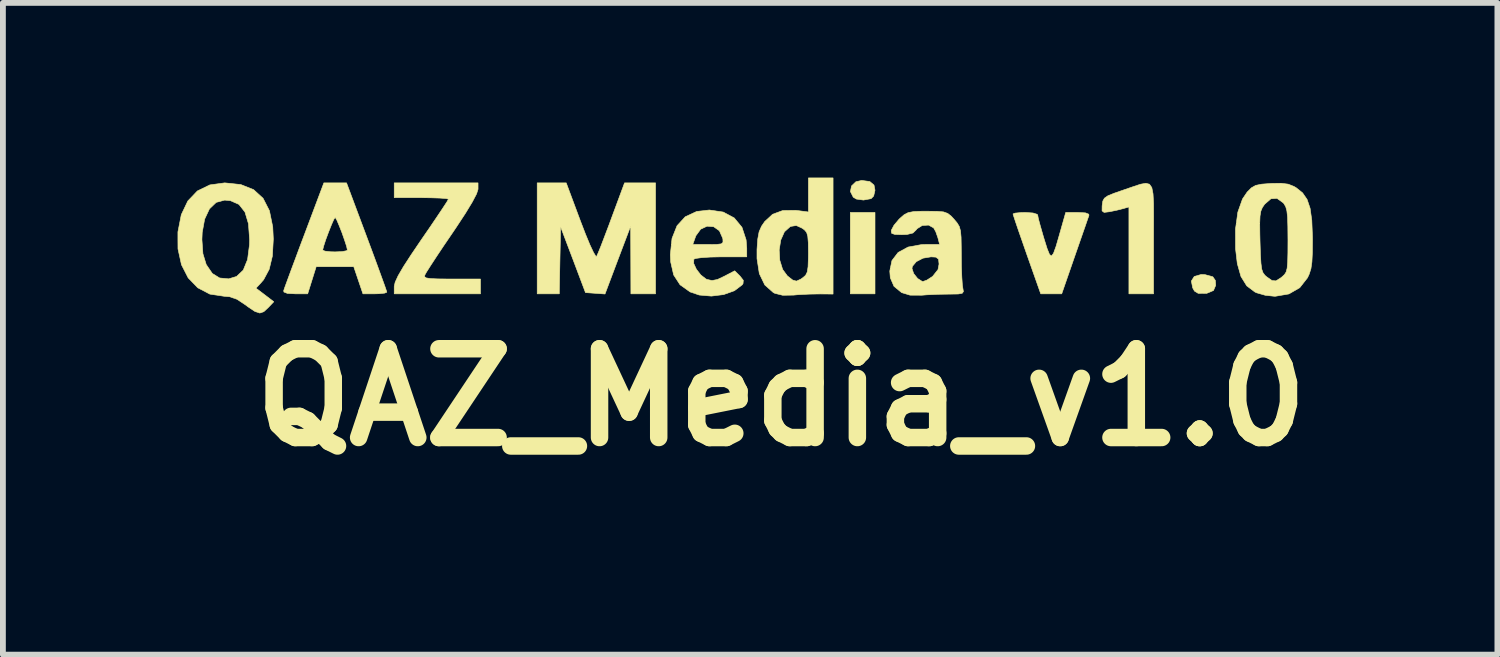
<source format=kicad_pcb>
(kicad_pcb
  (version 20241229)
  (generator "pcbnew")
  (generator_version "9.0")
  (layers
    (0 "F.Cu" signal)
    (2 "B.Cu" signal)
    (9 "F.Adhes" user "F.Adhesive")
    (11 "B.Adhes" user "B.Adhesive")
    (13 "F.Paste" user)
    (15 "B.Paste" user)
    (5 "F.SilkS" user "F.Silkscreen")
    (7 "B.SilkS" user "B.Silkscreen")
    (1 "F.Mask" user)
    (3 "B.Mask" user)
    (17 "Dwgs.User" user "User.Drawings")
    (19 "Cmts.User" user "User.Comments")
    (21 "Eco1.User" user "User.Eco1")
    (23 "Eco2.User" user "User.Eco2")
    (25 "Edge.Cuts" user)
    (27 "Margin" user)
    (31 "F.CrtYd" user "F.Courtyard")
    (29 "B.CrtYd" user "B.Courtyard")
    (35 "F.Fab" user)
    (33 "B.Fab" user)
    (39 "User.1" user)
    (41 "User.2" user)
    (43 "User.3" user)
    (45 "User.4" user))
  (footprint "QAZ_Media_v1.0"
    (layer "F.Cu")
    (at 10.111 1.487)
    (property "Reference" "QAZ_Media_v1.0" (at 0.254 2.286 0) (layer "F.SilkS") (effects (font (size 1.524 1.524) (thickness 0.3))))
    (attr through_hole)
    (fp_poly (pts (xy 1.863 0.508) (xy 1.439 0.508) (xy 1.439 -0.889) (xy 1.863 -0.889) (xy 1.863 0.508)) (stroke (width 0.01) (type solid)) (fill yes) (layer "F.SilkS"))
    (fp_poly (pts (xy 1.774 -1.42) (xy 1.846 -1.359) (xy 1.863 -1.27) (xy 1.84 -1.171) (xy 1.796 -1.126) (xy 1.665 -1.102) (xy 1.543 -1.119) (xy 1.49 -1.151) (xy 1.441 -1.248) (xy 1.46 -1.344) (xy 1.535 -1.416) (xy 1.635 -1.439) (xy 1.774 -1.42)) (stroke (width 0.01) (type solid)) (fill yes) (layer "F.SilkS"))
    (fp_poly (pts (xy 7.527 0.178) (xy 7.664 0.216) (xy 7.707 0.278) (xy 7.713 0.362) (xy 7.675 0.451) (xy 7.561 0.499) (xy 7.521 0.5) (xy 7.411 0.499) (xy 7.349 0.461) (xy 7.318 0.406) (xy 7.295 0.289) (xy 7.345 0.21) (xy 7.46 0.177) (xy 7.527 0.178)) (stroke (width 0.01) (type solid)) (fill yes) (layer "F.SilkS"))
    (fp_poly (pts (xy 6.576 -1.374) (xy 6.616 -1.316) (xy 6.637 -1.209) (xy 6.646 -1.044) (xy 6.647 -0.813) (xy 6.646 -0.507) (xy 6.646 -0.445) (xy 6.646 0.508) (xy 6.223 0.508) (xy 6.223 -0.984) (xy 6.128 -0.956) (xy 6.017 -0.928) (xy 5.892 -0.902) (xy 5.797 -0.89) (xy 5.762 -0.916) (xy 5.763 -1) (xy 5.765 -1.017) (xy 5.775 -1.085) (xy 5.802 -1.134) (xy 5.861 -1.175) (xy 5.969 -1.219) (xy 6.136 -1.277) (xy 6.299 -1.333) (xy 6.423 -1.374) (xy 6.514 -1.39) (xy 6.576 -1.374)) (stroke (width 0.01) (type solid)) (fill yes) (layer "F.SilkS"))
    (fp_poly (pts (xy -3.194 -0.74) (xy -3.107 -0.514) (xy -3.031 -0.331) (xy -2.97 -0.202) (xy -2.93 -0.137) (xy -2.918 -0.133) (xy -2.893 -0.188) (xy -2.844 -0.308) (xy -2.779 -0.478) (xy -2.702 -0.681) (xy -2.662 -0.79) (xy -2.437 -1.397) (xy -1.905 -1.397) (xy -1.905 0.508) (xy -2.328 0.508) (xy -2.33 -0.074) (xy -2.332 -0.656) (xy -2.553 -0.073) (xy -2.773 0.511) (xy -2.94 0.499) (xy -3.108 0.487) (xy -3.321 -0.078) (xy -3.535 -0.642) (xy -3.547 -0.067) (xy -3.558 0.508) (xy -3.937 0.508) (xy -3.937 -1.397) (xy -3.439 -1.397) (xy -3.194 -0.74)) (stroke (width 0.01) (type solid)) (fill yes) (layer "F.SilkS"))
    (fp_poly (pts (xy 5.477 -0.882) (xy 5.534 -0.859) (xy 5.536 -0.836) (xy 5.516 -0.78) (xy 5.474 -0.658) (xy 5.414 -0.486) (xy 5.342 -0.279) (xy 5.293 -0.138) (xy 5.069 0.508) (xy 4.709 0.508) (xy 4.471 -0.166) (xy 4.393 -0.39) (xy 4.325 -0.585) (xy 4.273 -0.738) (xy 4.241 -0.836) (xy 4.233 -0.864) (xy 4.271 -0.878) (xy 4.369 -0.887) (xy 4.445 -0.889) (xy 4.576 -0.88) (xy 4.648 -0.857) (xy 4.657 -0.842) (xy 4.668 -0.783) (xy 4.7 -0.664) (xy 4.745 -0.507) (xy 4.767 -0.433) (xy 4.819 -0.267) (xy 4.859 -0.169) (xy 4.893 -0.141) (xy 4.928 -0.187) (xy 4.972 -0.308) (xy 5.03 -0.508) (xy 5.039 -0.54) (xy 5.138 -0.889) (xy 5.346 -0.889) (xy 5.477 -0.882)) (stroke (width 0.01) (type solid)) (fill yes) (layer "F.SilkS"))
    (fp_poly (pts (xy -4.953 -1.288) (xy -4.978 -1.209) (xy -5.052 -1.068) (xy -5.171 -0.872) (xy -5.332 -0.627) (xy -5.397 -0.531) (xy -5.54 -0.321) (xy -5.666 -0.132) (xy -5.768 0.024) (xy -5.838 0.134) (xy -5.867 0.186) (xy -5.87 0.215) (xy -5.842 0.235) (xy -5.771 0.246) (xy -5.643 0.252) (xy -5.446 0.254) (xy -5.402 0.254) (xy -4.911 0.254) (xy -4.911 0.508) (xy -6.392 0.508) (xy -6.392 0.381) (xy -6.376 0.309) (xy -6.325 0.198) (xy -6.234 0.042) (xy -6.099 -0.166) (xy -5.927 -0.42) (xy -5.783 -0.629) (xy -5.657 -0.815) (xy -5.556 -0.966) (xy -5.488 -1.07) (xy -5.461 -1.117) (xy -5.461 -1.118) (xy -5.5 -1.128) (xy -5.608 -1.136) (xy -5.765 -1.141) (xy -5.927 -1.143) (xy -6.392 -1.143) (xy -6.392 -1.397) (xy -4.953 -1.397) (xy -4.953 -1.288)) (stroke (width 0.01) (type solid)) (fill yes) (layer "F.SilkS"))
    (fp_poly (pts (xy 1.143 0.512) (xy 0.921 0.51) (xy 0.739 0.513) (xy 0.54 0.523) (xy 0.466 0.53) (xy 0.279 0.533) (xy 0.145 0.5) (xy 0.117 0.486) (xy -0.029 0.356) (xy -0.123 0.161) (xy -0.163 -0.097) (xy -0.163 -0.246) (xy 0.218 -0.246) (xy 0.228 -0.069) (xy 0.277 0.089) (xy 0.358 0.2) (xy 0.45 0.272) (xy 0.514 0.29) (xy 0.585 0.258) (xy 0.626 0.23) (xy 0.672 0.19) (xy 0.7 0.133) (xy 0.714 0.042) (xy 0.719 -0.105) (xy 0.72 -0.192) (xy 0.718 -0.368) (xy 0.709 -0.479) (xy 0.689 -0.547) (xy 0.651 -0.591) (xy 0.612 -0.619) (xy 0.512 -0.665) (xy 0.418 -0.65) (xy 0.405 -0.644) (xy 0.308 -0.557) (xy 0.245 -0.416) (xy 0.218 -0.246) (xy -0.163 -0.246) (xy -0.163 -0.253) (xy -0.15 -0.433) (xy -0.127 -0.557) (xy -0.085 -0.653) (xy -0.031 -0.732) (xy 0.105 -0.858) (xy 0.279 -0.922) (xy 0.502 -0.925) (xy 0.553 -0.919) (xy 0.72 -0.897) (xy 0.72 -1.482) (xy 1.143 -1.482) (xy 1.143 0.512)) (stroke (width 0.01) (type solid)) (fill yes) (layer "F.SilkS"))
    (fp_poly (pts (xy -6.865 -0.472) (xy -6.767 -0.209) (xy -6.68 0.027) (xy -6.608 0.225) (xy -6.554 0.374) (xy -6.524 0.462) (xy -6.519 0.48) (xy -6.557 0.496) (xy -6.654 0.506) (xy -6.724 0.508) (xy -6.929 0.508) (xy -7.008 0.275) (xy -7.087 0.042) (xy -7.732 0.042) (xy -7.805 0.275) (xy -7.878 0.508) (xy -8.091 0.508) (xy -8.226 0.501) (xy -8.286 0.477) (xy -8.29 0.454) (xy -8.272 0.4) (xy -8.228 0.28) (xy -8.163 0.103) (xy -8.081 -0.116) (xy -8.034 -0.243) (xy -7.62 -0.243) (xy -7.582 -0.225) (xy -7.485 -0.214) (xy -7.408 -0.212) (xy -7.287 -0.217) (xy -7.211 -0.232) (xy -7.196 -0.243) (xy -7.209 -0.305) (xy -7.244 -0.412) (xy -7.289 -0.541) (xy -7.338 -0.665) (xy -7.379 -0.761) (xy -7.405 -0.804) (xy -7.406 -0.804) (xy -7.43 -0.768) (xy -7.47 -0.677) (xy -7.519 -0.554) (xy -7.567 -0.425) (xy -7.603 -0.314) (xy -7.62 -0.247) (xy -7.62 -0.243) (xy -8.034 -0.243) (xy -7.988 -0.366) (xy -7.938 -0.498) (xy -7.6 -1.397) (xy -7.211 -1.397) (xy -6.865 -0.472)) (stroke (width 0.01) (type solid)) (fill yes) (layer "F.SilkS"))
    (fp_poly (pts (xy -0.743 -0.896) (xy -0.554 -0.795) (xy -0.421 -0.634) (xy -0.35 -0.418) (xy -0.339 -0.274) (xy -0.339 -0.127) (xy -0.781 -0.127) (xy -0.966 -0.123) (xy -1.118 -0.113) (xy -1.218 -0.099) (xy -1.248 -0.086) (xy -1.25 -0.013) (xy -1.204 0.086) (xy -1.128 0.184) (xy -1.041 0.252) (xy -1.025 0.26) (xy -0.936 0.28) (xy -0.842 0.262) (xy -0.728 0.208) (xy -0.546 0.113) (xy -0.456 0.202) (xy -0.398 0.276) (xy -0.403 0.333) (xy -0.418 0.354) (xy -0.551 0.455) (xy -0.736 0.521) (xy -0.946 0.547) (xy -1.154 0.529) (xy -1.311 0.476) (xy -1.484 0.353) (xy -1.594 0.184) (xy -1.645 -0.039) (xy -1.651 -0.165) (xy -1.633 -0.339) (xy -1.266 -0.339) (xy -0.999 -0.339) (xy -0.854 -0.34) (xy -0.776 -0.35) (xy -0.747 -0.376) (xy -0.748 -0.426) (xy -0.752 -0.447) (xy -0.809 -0.575) (xy -0.907 -0.644) (xy -1.021 -0.653) (xy -1.13 -0.602) (xy -1.212 -0.49) (xy -1.22 -0.469) (xy -1.266 -0.339) (xy -1.633 -0.339) (xy -1.622 -0.444) (xy -1.536 -0.661) (xy -1.395 -0.815) (xy -1.199 -0.906) (xy -0.983 -0.931) (xy -0.743 -0.896)) (stroke (width 0.01) (type solid)) (fill yes) (layer "F.SilkS"))
    (fp_poly (pts (xy -9.026 -1.368) (xy -8.807 -1.281) (xy -8.644 -1.132) (xy -8.535 -0.919) (xy -8.478 -0.641) (xy -8.468 -0.433) (xy -8.484 -0.141) (xy -8.539 0.087) (xy -8.634 0.265) (xy -8.682 0.321) (xy -8.766 0.411) (xy -8.613 0.527) (xy -8.46 0.644) (xy -8.556 0.745) (xy -8.632 0.815) (xy -8.7 0.838) (xy -8.783 0.811) (xy -8.901 0.732) (xy -8.945 0.699) (xy -9.091 0.602) (xy -9.219 0.558) (xy -9.312 0.55) (xy -9.558 0.513) (xy -9.766 0.404) (xy -9.93 0.234) (xy -10.045 0.009) (xy -10.105 -0.263) (xy -10.106 -0.423) (xy -9.694 -0.423) (xy -9.677 -0.18) (xy -9.62 0.006) (xy -9.518 0.155) (xy -9.515 0.159) (xy -9.39 0.236) (xy -9.235 0.251) (xy -9.099 0.21) (xy -8.984 0.101) (xy -8.91 -0.081) (xy -8.877 -0.335) (xy -8.875 -0.423) (xy -8.895 -0.696) (xy -8.955 -0.896) (xy -9.058 -1.027) (xy -9.205 -1.092) (xy -9.303 -1.101) (xy -9.449 -1.062) (xy -9.565 -0.95) (xy -9.647 -0.775) (xy -9.689 -0.545) (xy -9.694 -0.423) (xy -10.106 -0.423) (xy -10.106 -0.555) (xy -10.048 -0.851) (xy -9.936 -1.086) (xy -9.772 -1.258) (xy -9.558 -1.362) (xy -9.302 -1.397) (xy -9.026 -1.368)) (stroke (width 0.01) (type solid)) (fill yes) (layer "F.SilkS"))
    (fp_poly (pts (xy 8.958 -1.375) (xy 9.056 -1.336) (xy 9.094 -1.314) (xy 9.204 -1.226) (xy 9.282 -1.113) (xy 9.334 -0.96) (xy 9.363 -0.754) (xy 9.374 -0.48) (xy 9.375 -0.423) (xy 9.373 -0.199) (xy 9.365 -0.039) (xy 9.348 0.078) (xy 9.318 0.171) (xy 9.289 0.233) (xy 9.156 0.403) (xy 8.97 0.51) (xy 8.738 0.55) (xy 8.721 0.55) (xy 8.564 0.533) (xy 8.414 0.49) (xy 8.385 0.476) (xy 8.246 0.371) (xy 8.147 0.211) (xy 8.084 -0.011) (xy 8.054 -0.266) (xy 8.053 -0.606) (xy 8.067 -0.702) (xy 8.469 -0.702) (xy 8.471 -0.518) (xy 8.474 -0.389) (xy 8.481 -0.168) (xy 8.49 -0.017) (xy 8.503 0.083) (xy 8.525 0.146) (xy 8.558 0.19) (xy 8.588 0.216) (xy 8.679 0.28) (xy 8.747 0.286) (xy 8.83 0.234) (xy 8.854 0.215) (xy 8.894 0.178) (xy 8.922 0.134) (xy 8.94 0.067) (xy 8.949 -0.039) (xy 8.953 -0.198) (xy 8.954 -0.415) (xy 8.952 -0.646) (xy 8.947 -0.808) (xy 8.935 -0.917) (xy 8.915 -0.989) (xy 8.885 -1.039) (xy 8.873 -1.054) (xy 8.766 -1.131) (xy 8.661 -1.124) (xy 8.555 -1.032) (xy 8.551 -1.027) (xy 8.513 -0.972) (xy 8.488 -0.911) (xy 8.474 -0.827) (xy 8.469 -0.702) (xy 8.067 -0.702) (xy 8.093 -0.894) (xy 8.173 -1.12) (xy 8.254 -1.24) (xy 8.326 -1.312) (xy 8.4 -1.354) (xy 8.503 -1.375) (xy 8.663 -1.387) (xy 8.837 -1.39) (xy 8.958 -1.375)) (stroke (width 0.01) (type solid)) (fill yes) (layer "F.SilkS"))
    (fp_poly (pts (xy 2.928 -0.908) (xy 3.038 -0.899) (xy 3.111 -0.873) (xy 3.171 -0.826) (xy 3.221 -0.772) (xy 3.274 -0.708) (xy 3.31 -0.649) (xy 3.331 -0.574) (xy 3.341 -0.465) (xy 3.344 -0.303) (xy 3.345 -0.158) (xy 3.347 0.044) (xy 3.354 0.222) (xy 3.363 0.356) (xy 3.372 0.415) (xy 3.381 0.47) (xy 3.36 0.499) (xy 3.292 0.511) (xy 3.157 0.513) (xy 3.149 0.513) (xy 2.958 0.516) (xy 2.754 0.525) (xy 2.667 0.532) (xy 2.465 0.531) (xy 2.323 0.488) (xy 2.319 0.486) (xy 2.189 0.379) (xy 2.126 0.233) (xy 2.117 0.118) (xy 2.126 0.073) (xy 2.498 0.073) (xy 2.527 0.16) (xy 2.595 0.245) (xy 2.672 0.294) (xy 2.689 0.296) (xy 2.755 0.272) (xy 2.846 0.213) (xy 2.852 0.209) (xy 2.945 0.092) (xy 2.963 -0.003) (xy 2.954 -0.088) (xy 2.908 -0.122) (xy 2.825 -0.127) (xy 2.687 -0.104) (xy 2.572 -0.044) (xy 2.505 0.036) (xy 2.498 0.073) (xy 2.126 0.073) (xy 2.154 -0.063) (xy 2.26 -0.202) (xy 2.431 -0.295) (xy 2.661 -0.337) (xy 2.733 -0.339) (xy 2.973 -0.339) (xy 2.943 -0.455) (xy 2.906 -0.56) (xy 2.87 -0.624) (xy 2.783 -0.672) (xy 2.674 -0.665) (xy 2.584 -0.609) (xy 2.573 -0.593) (xy 2.514 -0.536) (xy 2.413 -0.511) (xy 2.322 -0.508) (xy 2.203 -0.512) (xy 2.149 -0.531) (xy 2.142 -0.572) (xy 2.146 -0.588) (xy 2.189 -0.669) (xy 2.27 -0.766) (xy 2.293 -0.789) (xy 2.363 -0.85) (xy 2.432 -0.886) (xy 2.525 -0.904) (xy 2.666 -0.91) (xy 2.758 -0.91) (xy 2.928 -0.908)) (stroke (width 0.01) (type solid)) (fill yes) (layer "F.SilkS")))
  (gr_rect
    (start -3 -3)
    (end 22.661 8.191)
    (stroke (width 0.1) (type default))
    (fill no)
    (layer "Edge.Cuts")))
</source>
